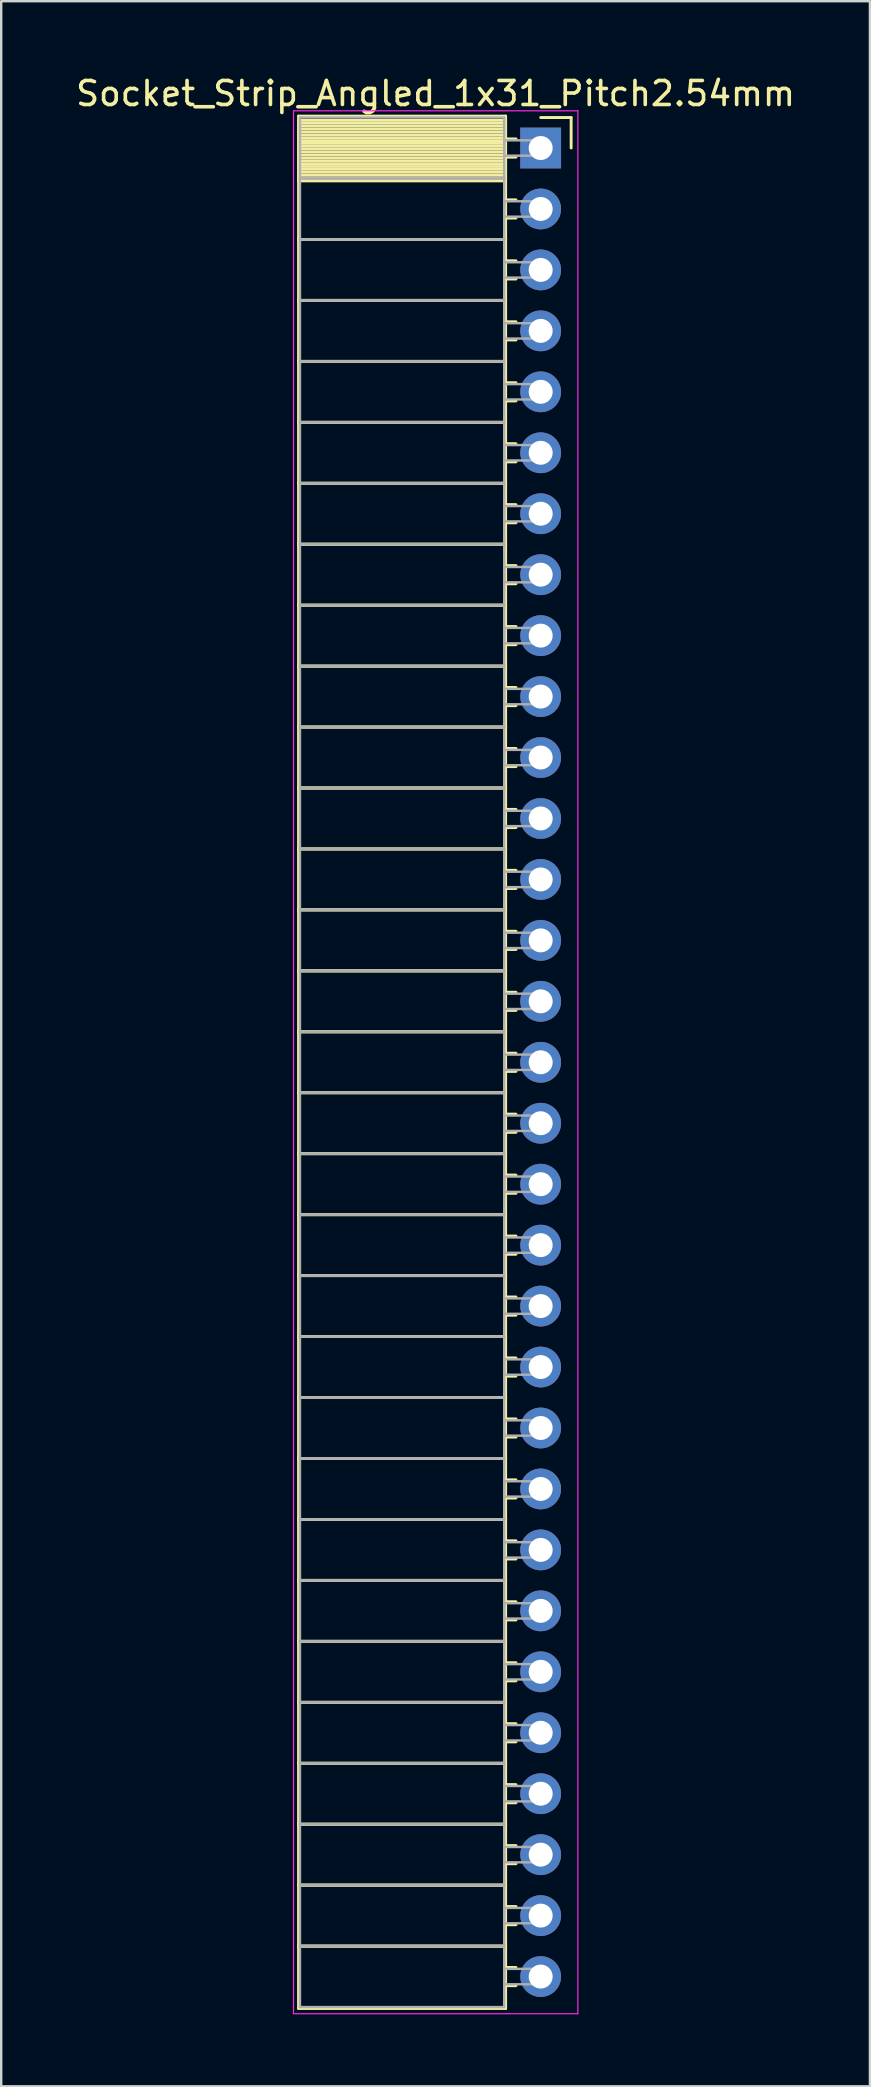
<source format=kicad_pcb>
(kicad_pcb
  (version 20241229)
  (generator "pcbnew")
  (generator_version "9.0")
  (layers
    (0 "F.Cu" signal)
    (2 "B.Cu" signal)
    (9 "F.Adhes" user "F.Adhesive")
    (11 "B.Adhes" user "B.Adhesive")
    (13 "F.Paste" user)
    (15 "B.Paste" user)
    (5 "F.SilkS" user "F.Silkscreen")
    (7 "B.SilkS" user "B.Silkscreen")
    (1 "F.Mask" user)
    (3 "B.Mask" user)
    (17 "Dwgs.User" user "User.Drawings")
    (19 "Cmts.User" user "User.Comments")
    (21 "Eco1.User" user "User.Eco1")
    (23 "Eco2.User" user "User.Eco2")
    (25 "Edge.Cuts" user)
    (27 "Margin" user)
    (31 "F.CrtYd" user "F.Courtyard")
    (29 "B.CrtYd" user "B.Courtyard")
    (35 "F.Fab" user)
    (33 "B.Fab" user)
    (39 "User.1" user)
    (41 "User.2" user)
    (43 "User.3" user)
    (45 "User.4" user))
  (footprint "Socket_Strip_Angled_1x31_Pitch2.54mm"
    (layer "F.Cu")
    (at 19.481 3.118)
    (property "Reference" "Socket_Strip_Angled_1x31_Pitch2.54mm" (at -4.38 -2.27 0) (layer "F.SilkS") (effects (font (size 1 1) (thickness 0.15))))
    (attr through_hole)
    (fp_line (start -10.09 -1.33) (end -1.46 -1.33) (stroke (width 0.12) (type solid)) (layer "F.SilkS"))
    (fp_line (start -10.09 1.27) (end -10.09 -1.33) (stroke (width 0.12) (type solid)) (layer "F.SilkS"))
    (fp_line (start -10.09 1.27) (end -1.46 1.27) (stroke (width 0.12) (type solid)) (layer "F.SilkS"))
    (fp_line (start -10.09 3.81) (end -10.09 1.27) (stroke (width 0.12) (type solid)) (layer "F.SilkS"))
    (fp_line (start -10.09 3.81) (end -1.46 3.81) (stroke (width 0.12) (type solid)) (layer "F.SilkS"))
    (fp_line (start -10.09 6.35) (end -10.09 3.81) (stroke (width 0.12) (type solid)) (layer "F.SilkS"))
    (fp_line (start -10.09 6.35) (end -1.46 6.35) (stroke (width 0.12) (type solid)) (layer "F.SilkS"))
    (fp_line (start -10.09 8.89) (end -10.09 6.35) (stroke (width 0.12) (type solid)) (layer "F.SilkS"))
    (fp_line (start -10.09 8.89) (end -1.46 8.89) (stroke (width 0.12) (type solid)) (layer "F.SilkS"))
    (fp_line (start -10.09 11.43) (end -10.09 8.89) (stroke (width 0.12) (type solid)) (layer "F.SilkS"))
    (fp_line (start -10.09 11.43) (end -1.46 11.43) (stroke (width 0.12) (type solid)) (layer "F.SilkS"))
    (fp_line (start -10.09 13.97) (end -10.09 11.43) (stroke (width 0.12) (type solid)) (layer "F.SilkS"))
    (fp_line (start -10.09 13.97) (end -1.46 13.97) (stroke (width 0.12) (type solid)) (layer "F.SilkS"))
    (fp_line (start -10.09 16.51) (end -10.09 13.97) (stroke (width 0.12) (type solid)) (layer "F.SilkS"))
    (fp_line (start -10.09 16.51) (end -1.46 16.51) (stroke (width 0.12) (type solid)) (layer "F.SilkS"))
    (fp_line (start -10.09 19.05) (end -10.09 16.51) (stroke (width 0.12) (type solid)) (layer "F.SilkS"))
    (fp_line (start -10.09 19.05) (end -1.46 19.05) (stroke (width 0.12) (type solid)) (layer "F.SilkS"))
    (fp_line (start -10.09 21.59) (end -10.09 19.05) (stroke (width 0.12) (type solid)) (layer "F.SilkS"))
    (fp_line (start -10.09 21.59) (end -1.46 21.59) (stroke (width 0.12) (type solid)) (layer "F.SilkS"))
    (fp_line (start -10.09 24.13) (end -10.09 21.59) (stroke (width 0.12) (type solid)) (layer "F.SilkS"))
    (fp_line (start -10.09 24.13) (end -1.46 24.13) (stroke (width 0.12) (type solid)) (layer "F.SilkS"))
    (fp_line (start -10.09 26.67) (end -10.09 24.13) (stroke (width 0.12) (type solid)) (layer "F.SilkS"))
    (fp_line (start -10.09 26.67) (end -1.46 26.67) (stroke (width 0.12) (type solid)) (layer "F.SilkS"))
    (fp_line (start -10.09 29.21) (end -10.09 26.67) (stroke (width 0.12) (type solid)) (layer "F.SilkS"))
    (fp_line (start -10.09 29.21) (end -1.46 29.21) (stroke (width 0.12) (type solid)) (layer "F.SilkS"))
    (fp_line (start -10.09 31.75) (end -10.09 29.21) (stroke (width 0.12) (type solid)) (layer "F.SilkS"))
    (fp_line (start -10.09 31.75) (end -1.46 31.75) (stroke (width 0.12) (type solid)) (layer "F.SilkS"))
    (fp_line (start -10.09 34.29) (end -10.09 31.75) (stroke (width 0.12) (type solid)) (layer "F.SilkS"))
    (fp_line (start -10.09 34.29) (end -1.46 34.29) (stroke (width 0.12) (type solid)) (layer "F.SilkS"))
    (fp_line (start -10.09 36.83) (end -10.09 34.29) (stroke (width 0.12) (type solid)) (layer "F.SilkS"))
    (fp_line (start -10.09 36.83) (end -1.46 36.83) (stroke (width 0.12) (type solid)) (layer "F.SilkS"))
    (fp_line (start -10.09 39.37) (end -10.09 36.83) (stroke (width 0.12) (type solid)) (layer "F.SilkS"))
    (fp_line (start -10.09 39.37) (end -1.46 39.37) (stroke (width 0.12) (type solid)) (layer "F.SilkS"))
    (fp_line (start -10.09 41.91) (end -10.09 39.37) (stroke (width 0.12) (type solid)) (layer "F.SilkS"))
    (fp_line (start -10.09 41.91) (end -1.46 41.91) (stroke (width 0.12) (type solid)) (layer "F.SilkS"))
    (fp_line (start -10.09 44.45) (end -10.09 41.91) (stroke (width 0.12) (type solid)) (layer "F.SilkS"))
    (fp_line (start -10.09 44.45) (end -1.46 44.45) (stroke (width 0.12) (type solid)) (layer "F.SilkS"))
    (fp_line (start -10.09 46.99) (end -10.09 44.45) (stroke (width 0.12) (type solid)) (layer "F.SilkS"))
    (fp_line (start -10.09 46.99) (end -1.46 46.99) (stroke (width 0.12) (type solid)) (layer "F.SilkS"))
    (fp_line (start -10.09 49.53) (end -10.09 46.99) (stroke (width 0.12) (type solid)) (layer "F.SilkS"))
    (fp_line (start -10.09 49.53) (end -1.46 49.53) (stroke (width 0.12) (type solid)) (layer "F.SilkS"))
    (fp_line (start -10.09 52.07) (end -10.09 49.53) (stroke (width 0.12) (type solid)) (layer "F.SilkS"))
    (fp_line (start -10.09 52.07) (end -1.46 52.07) (stroke (width 0.12) (type solid)) (layer "F.SilkS"))
    (fp_line (start -10.09 54.61) (end -10.09 52.07) (stroke (width 0.12) (type solid)) (layer "F.SilkS"))
    (fp_line (start -10.09 54.61) (end -1.46 54.61) (stroke (width 0.12) (type solid)) (layer "F.SilkS"))
    (fp_line (start -10.09 57.15) (end -10.09 54.61) (stroke (width 0.12) (type solid)) (layer "F.SilkS"))
    (fp_line (start -10.09 57.15) (end -1.46 57.15) (stroke (width 0.12) (type solid)) (layer "F.SilkS"))
    (fp_line (start -10.09 59.69) (end -10.09 57.15) (stroke (width 0.12) (type solid)) (layer "F.SilkS"))
    (fp_line (start -10.09 59.69) (end -1.46 59.69) (stroke (width 0.12) (type solid)) (layer "F.SilkS"))
    (fp_line (start -10.09 62.23) (end -10.09 59.69) (stroke (width 0.12) (type solid)) (layer "F.SilkS"))
    (fp_line (start -10.09 62.23) (end -1.46 62.23) (stroke (width 0.12) (type solid)) (layer "F.SilkS"))
    (fp_line (start -10.09 64.77) (end -10.09 62.23) (stroke (width 0.12) (type solid)) (layer "F.SilkS"))
    (fp_line (start -10.09 64.77) (end -1.46 64.77) (stroke (width 0.12) (type solid)) (layer "F.SilkS"))
    (fp_line (start -10.09 67.31) (end -10.09 64.77) (stroke (width 0.12) (type solid)) (layer "F.SilkS"))
    (fp_line (start -10.09 67.31) (end -1.46 67.31) (stroke (width 0.12) (type solid)) (layer "F.SilkS"))
    (fp_line (start -10.09 69.85) (end -10.09 67.31) (stroke (width 0.12) (type solid)) (layer "F.SilkS"))
    (fp_line (start -10.09 69.85) (end -1.46 69.85) (stroke (width 0.12) (type solid)) (layer "F.SilkS"))
    (fp_line (start -10.09 72.39) (end -10.09 69.85) (stroke (width 0.12) (type solid)) (layer "F.SilkS"))
    (fp_line (start -10.09 72.39) (end -1.46 72.39) (stroke (width 0.12) (type solid)) (layer "F.SilkS"))
    (fp_line (start -10.09 74.93) (end -10.09 72.39) (stroke (width 0.12) (type solid)) (layer "F.SilkS"))
    (fp_line (start -10.09 74.93) (end -1.46 74.93) (stroke (width 0.12) (type solid)) (layer "F.SilkS"))
    (fp_line (start -10.09 77.53) (end -10.09 74.93) (stroke (width 0.12) (type solid)) (layer "F.SilkS"))
    (fp_line (start -1.46 -1.33) (end -1.46 1.27) (stroke (width 0.12) (type solid)) (layer "F.SilkS"))
    (fp_line (start -1.46 -1.15) (end -10.09 -1.15) (stroke (width 0.12) (type solid)) (layer "F.SilkS"))
    (fp_line (start -1.46 -1.03) (end -10.09 -1.03) (stroke (width 0.12) (type solid)) (layer "F.SilkS"))
    (fp_line (start -1.46 -0.91) (end -10.09 -0.91) (stroke (width 0.12) (type solid)) (layer "F.SilkS"))
    (fp_line (start -1.46 -0.79) (end -10.09 -0.79) (stroke (width 0.12) (type solid)) (layer "F.SilkS"))
    (fp_line (start -1.46 -0.67) (end -10.09 -0.67) (stroke (width 0.12) (type solid)) (layer "F.SilkS"))
    (fp_line (start -1.46 -0.55) (end -10.09 -0.55) (stroke (width 0.12) (type solid)) (layer "F.SilkS"))
    (fp_line (start -1.46 -0.43) (end -10.09 -0.43) (stroke (width 0.12) (type solid)) (layer "F.SilkS"))
    (fp_line (start -1.46 -0.31) (end -10.09 -0.31) (stroke (width 0.12) (type solid)) (layer "F.SilkS"))
    (fp_line (start -1.46 -0.19) (end -10.09 -0.19) (stroke (width 0.12) (type solid)) (layer "F.SilkS"))
    (fp_line (start -1.46 -0.07) (end -10.09 -0.07) (stroke (width 0.12) (type solid)) (layer "F.SilkS"))
    (fp_line (start -1.46 0.05) (end -10.09 0.05) (stroke (width 0.12) (type solid)) (layer "F.SilkS"))
    (fp_line (start -1.46 0.17) (end -10.09 0.17) (stroke (width 0.12) (type solid)) (layer "F.SilkS"))
    (fp_line (start -1.46 0.29) (end -10.09 0.29) (stroke (width 0.12) (type solid)) (layer "F.SilkS"))
    (fp_line (start -1.46 0.41) (end -10.09 0.41) (stroke (width 0.12) (type solid)) (layer "F.SilkS"))
    (fp_line (start -1.46 0.53) (end -10.09 0.53) (stroke (width 0.12) (type solid)) (layer "F.SilkS"))
    (fp_line (start -1.46 0.65) (end -10.09 0.65) (stroke (width 0.12) (type solid)) (layer "F.SilkS"))
    (fp_line (start -1.46 0.77) (end -10.09 0.77) (stroke (width 0.12) (type solid)) (layer "F.SilkS"))
    (fp_line (start -1.46 0.89) (end -10.09 0.89) (stroke (width 0.12) (type solid)) (layer "F.SilkS"))
    (fp_line (start -1.46 1.01) (end -10.09 1.01) (stroke (width 0.12) (type solid)) (layer "F.SilkS"))
    (fp_line (start -1.46 1.13) (end -10.09 1.13) (stroke (width 0.12) (type solid)) (layer "F.SilkS"))
    (fp_line (start -1.46 1.25) (end -10.09 1.25) (stroke (width 0.12) (type solid)) (layer "F.SilkS"))
    (fp_line (start -1.46 1.27) (end -10.09 1.27) (stroke (width 0.12) (type solid)) (layer "F.SilkS"))
    (fp_line (start -1.46 1.27) (end -1.46 3.81) (stroke (width 0.12) (type solid)) (layer "F.SilkS"))
    (fp_line (start -1.46 1.37) (end -10.09 1.37) (stroke (width 0.12) (type solid)) (layer "F.SilkS"))
    (fp_line (start -1.46 3.81) (end -10.09 3.81) (stroke (width 0.12) (type solid)) (layer "F.SilkS"))
    (fp_line (start -1.46 3.81) (end -1.46 6.35) (stroke (width 0.12) (type solid)) (layer "F.SilkS"))
    (fp_line (start -1.46 6.35) (end -10.09 6.35) (stroke (width 0.12) (type solid)) (layer "F.SilkS"))
    (fp_line (start -1.46 6.35) (end -1.46 8.89) (stroke (width 0.12) (type solid)) (layer "F.SilkS"))
    (fp_line (start -1.46 8.89) (end -10.09 8.89) (stroke (width 0.12) (type solid)) (layer "F.SilkS"))
    (fp_line (start -1.46 8.89) (end -1.46 11.43) (stroke (width 0.12) (type solid)) (layer "F.SilkS"))
    (fp_line (start -1.46 11.43) (end -10.09 11.43) (stroke (width 0.12) (type solid)) (layer "F.SilkS"))
    (fp_line (start -1.46 11.43) (end -1.46 13.97) (stroke (width 0.12) (type solid)) (layer "F.SilkS"))
    (fp_line (start -1.46 13.97) (end -10.09 13.97) (stroke (width 0.12) (type solid)) (layer "F.SilkS"))
    (fp_line (start -1.46 13.97) (end -1.46 16.51) (stroke (width 0.12) (type solid)) (layer "F.SilkS"))
    (fp_line (start -1.46 16.51) (end -10.09 16.51) (stroke (width 0.12) (type solid)) (layer "F.SilkS"))
    (fp_line (start -1.46 16.51) (end -1.46 19.05) (stroke (width 0.12) (type solid)) (layer "F.SilkS"))
    (fp_line (start -1.46 19.05) (end -10.09 19.05) (stroke (width 0.12) (type solid)) (layer "F.SilkS"))
    (fp_line (start -1.46 19.05) (end -1.46 21.59) (stroke (width 0.12) (type solid)) (layer "F.SilkS"))
    (fp_line (start -1.46 21.59) (end -10.09 21.59) (stroke (width 0.12) (type solid)) (layer "F.SilkS"))
    (fp_line (start -1.46 21.59) (end -1.46 24.13) (stroke (width 0.12) (type solid)) (layer "F.SilkS"))
    (fp_line (start -1.46 24.13) (end -10.09 24.13) (stroke (width 0.12) (type solid)) (layer "F.SilkS"))
    (fp_line (start -1.46 24.13) (end -1.46 26.67) (stroke (width 0.12) (type solid)) (layer "F.SilkS"))
    (fp_line (start -1.46 26.67) (end -10.09 26.67) (stroke (width 0.12) (type solid)) (layer "F.SilkS"))
    (fp_line (start -1.46 26.67) (end -1.46 29.21) (stroke (width 0.12) (type solid)) (layer "F.SilkS"))
    (fp_line (start -1.46 29.21) (end -10.09 29.21) (stroke (width 0.12) (type solid)) (layer "F.SilkS"))
    (fp_line (start -1.46 29.21) (end -1.46 31.75) (stroke (width 0.12) (type solid)) (layer "F.SilkS"))
    (fp_line (start -1.46 31.75) (end -10.09 31.75) (stroke (width 0.12) (type solid)) (layer "F.SilkS"))
    (fp_line (start -1.46 31.75) (end -1.46 34.29) (stroke (width 0.12) (type solid)) (layer "F.SilkS"))
    (fp_line (start -1.46 34.29) (end -10.09 34.29) (stroke (width 0.12) (type solid)) (layer "F.SilkS"))
    (fp_line (start -1.46 34.29) (end -1.46 36.83) (stroke (width 0.12) (type solid)) (layer "F.SilkS"))
    (fp_line (start -1.46 36.83) (end -10.09 36.83) (stroke (width 0.12) (type solid)) (layer "F.SilkS"))
    (fp_line (start -1.46 36.83) (end -1.46 39.37) (stroke (width 0.12) (type solid)) (layer "F.SilkS"))
    (fp_line (start -1.46 39.37) (end -10.09 39.37) (stroke (width 0.12) (type solid)) (layer "F.SilkS"))
    (fp_line (start -1.46 39.37) (end -1.46 41.91) (stroke (width 0.12) (type solid)) (layer "F.SilkS"))
    (fp_line (start -1.46 41.91) (end -10.09 41.91) (stroke (width 0.12) (type solid)) (layer "F.SilkS"))
    (fp_line (start -1.46 41.91) (end -1.46 44.45) (stroke (width 0.12) (type solid)) (layer "F.SilkS"))
    (fp_line (start -1.46 44.45) (end -10.09 44.45) (stroke (width 0.12) (type solid)) (layer "F.SilkS"))
    (fp_line (start -1.46 44.45) (end -1.46 46.99) (stroke (width 0.12) (type solid)) (layer "F.SilkS"))
    (fp_line (start -1.46 46.99) (end -10.09 46.99) (stroke (width 0.12) (type solid)) (layer "F.SilkS"))
    (fp_line (start -1.46 46.99) (end -1.46 49.53) (stroke (width 0.12) (type solid)) (layer "F.SilkS"))
    (fp_line (start -1.46 49.53) (end -10.09 49.53) (stroke (width 0.12) (type solid)) (layer "F.SilkS"))
    (fp_line (start -1.46 49.53) (end -1.46 52.07) (stroke (width 0.12) (type solid)) (layer "F.SilkS"))
    (fp_line (start -1.46 52.07) (end -10.09 52.07) (stroke (width 0.12) (type solid)) (layer "F.SilkS"))
    (fp_line (start -1.46 52.07) (end -1.46 54.61) (stroke (width 0.12) (type solid)) (layer "F.SilkS"))
    (fp_line (start -1.46 54.61) (end -10.09 54.61) (stroke (width 0.12) (type solid)) (layer "F.SilkS"))
    (fp_line (start -1.46 54.61) (end -1.46 57.15) (stroke (width 0.12) (type solid)) (layer "F.SilkS"))
    (fp_line (start -1.46 57.15) (end -10.09 57.15) (stroke (width 0.12) (type solid)) (layer "F.SilkS"))
    (fp_line (start -1.46 57.15) (end -1.46 59.69) (stroke (width 0.12) (type solid)) (layer "F.SilkS"))
    (fp_line (start -1.46 59.69) (end -10.09 59.69) (stroke (width 0.12) (type solid)) (layer "F.SilkS"))
    (fp_line (start -1.46 59.69) (end -1.46 62.23) (stroke (width 0.12) (type solid)) (layer "F.SilkS"))
    (fp_line (start -1.46 62.23) (end -10.09 62.23) (stroke (width 0.12) (type solid)) (layer "F.SilkS"))
    (fp_line (start -1.46 62.23) (end -1.46 64.77) (stroke (width 0.12) (type solid)) (layer "F.SilkS"))
    (fp_line (start -1.46 64.77) (end -10.09 64.77) (stroke (width 0.12) (type solid)) (layer "F.SilkS"))
    (fp_line (start -1.46 64.77) (end -1.46 67.31) (stroke (width 0.12) (type solid)) (layer "F.SilkS"))
    (fp_line (start -1.46 67.31) (end -10.09 67.31) (stroke (width 0.12) (type solid)) (layer "F.SilkS"))
    (fp_line (start -1.46 67.31) (end -1.46 69.85) (stroke (width 0.12) (type solid)) (layer "F.SilkS"))
    (fp_line (start -1.46 69.85) (end -10.09 69.85) (stroke (width 0.12) (type solid)) (layer "F.SilkS"))
    (fp_line (start -1.46 69.85) (end -1.46 72.39) (stroke (width 0.12) (type solid)) (layer "F.SilkS"))
    (fp_line (start -1.46 72.39) (end -10.09 72.39) (stroke (width 0.12) (type solid)) (layer "F.SilkS"))
    (fp_line (start -1.46 72.39) (end -1.46 74.93) (stroke (width 0.12) (type solid)) (layer "F.SilkS"))
    (fp_line (start -1.46 74.93) (end -10.09 74.93) (stroke (width 0.12) (type solid)) (layer "F.SilkS"))
    (fp_line (start -1.46 74.93) (end -1.46 77.53) (stroke (width 0.12) (type solid)) (layer "F.SilkS"))
    (fp_line (start -1.46 77.53) (end -10.09 77.53) (stroke (width 0.12) (type solid)) (layer "F.SilkS"))
    (fp_line (start -1.03 -0.38) (end -1.46 -0.38) (stroke (width 0.12) (type solid)) (layer "F.SilkS"))
    (fp_line (start -1.03 0.38) (end -1.46 0.38) (stroke (width 0.12) (type solid)) (layer "F.SilkS"))
    (fp_line (start -1.03 2.16) (end -1.46 2.16) (stroke (width 0.12) (type solid)) (layer "F.SilkS"))
    (fp_line (start -1.03 2.92) (end -1.46 2.92) (stroke (width 0.12) (type solid)) (layer "F.SilkS"))
    (fp_line (start -1.03 4.7) (end -1.46 4.7) (stroke (width 0.12) (type solid)) (layer "F.SilkS"))
    (fp_line (start -1.03 5.46) (end -1.46 5.46) (stroke (width 0.12) (type solid)) (layer "F.SilkS"))
    (fp_line (start -1.03 7.24) (end -1.46 7.24) (stroke (width 0.12) (type solid)) (layer "F.SilkS"))
    (fp_line (start -1.03 8) (end -1.46 8) (stroke (width 0.12) (type solid)) (layer "F.SilkS"))
    (fp_line (start -1.03 9.78) (end -1.46 9.78) (stroke (width 0.12) (type solid)) (layer "F.SilkS"))
    (fp_line (start -1.03 10.54) (end -1.46 10.54) (stroke (width 0.12) (type solid)) (layer "F.SilkS"))
    (fp_line (start -1.03 12.32) (end -1.46 12.32) (stroke (width 0.12) (type solid)) (layer "F.SilkS"))
    (fp_line (start -1.03 13.08) (end -1.46 13.08) (stroke (width 0.12) (type solid)) (layer "F.SilkS"))
    (fp_line (start -1.03 14.86) (end -1.46 14.86) (stroke (width 0.12) (type solid)) (layer "F.SilkS"))
    (fp_line (start -1.03 15.62) (end -1.46 15.62) (stroke (width 0.12) (type solid)) (layer "F.SilkS"))
    (fp_line (start -1.03 17.4) (end -1.46 17.4) (stroke (width 0.12) (type solid)) (layer "F.SilkS"))
    (fp_line (start -1.03 18.16) (end -1.46 18.16) (stroke (width 0.12) (type solid)) (layer "F.SilkS"))
    (fp_line (start -1.03 19.94) (end -1.46 19.94) (stroke (width 0.12) (type solid)) (layer "F.SilkS"))
    (fp_line (start -1.03 20.7) (end -1.46 20.7) (stroke (width 0.12) (type solid)) (layer "F.SilkS"))
    (fp_line (start -1.03 22.48) (end -1.46 22.48) (stroke (width 0.12) (type solid)) (layer "F.SilkS"))
    (fp_line (start -1.03 23.24) (end -1.46 23.24) (stroke (width 0.12) (type solid)) (layer "F.SilkS"))
    (fp_line (start -1.03 25.02) (end -1.46 25.02) (stroke (width 0.12) (type solid)) (layer "F.SilkS"))
    (fp_line (start -1.03 25.78) (end -1.46 25.78) (stroke (width 0.12) (type solid)) (layer "F.SilkS"))
    (fp_line (start -1.03 27.56) (end -1.46 27.56) (stroke (width 0.12) (type solid)) (layer "F.SilkS"))
    (fp_line (start -1.03 28.32) (end -1.46 28.32) (stroke (width 0.12) (type solid)) (layer "F.SilkS"))
    (fp_line (start -1.03 30.1) (end -1.46 30.1) (stroke (width 0.12) (type solid)) (layer "F.SilkS"))
    (fp_line (start -1.03 30.86) (end -1.46 30.86) (stroke (width 0.12) (type solid)) (layer "F.SilkS"))
    (fp_line (start -1.03 32.64) (end -1.46 32.64) (stroke (width 0.12) (type solid)) (layer "F.SilkS"))
    (fp_line (start -1.03 33.4) (end -1.46 33.4) (stroke (width 0.12) (type solid)) (layer "F.SilkS"))
    (fp_line (start -1.03 35.18) (end -1.46 35.18) (stroke (width 0.12) (type solid)) (layer "F.SilkS"))
    (fp_line (start -1.03 35.94) (end -1.46 35.94) (stroke (width 0.12) (type solid)) (layer "F.SilkS"))
    (fp_line (start -1.03 37.72) (end -1.46 37.72) (stroke (width 0.12) (type solid)) (layer "F.SilkS"))
    (fp_line (start -1.03 38.48) (end -1.46 38.48) (stroke (width 0.12) (type solid)) (layer "F.SilkS"))
    (fp_line (start -1.03 40.26) (end -1.46 40.26) (stroke (width 0.12) (type solid)) (layer "F.SilkS"))
    (fp_line (start -1.03 41.02) (end -1.46 41.02) (stroke (width 0.12) (type solid)) (layer "F.SilkS"))
    (fp_line (start -1.03 42.8) (end -1.46 42.8) (stroke (width 0.12) (type solid)) (layer "F.SilkS"))
    (fp_line (start -1.03 43.56) (end -1.46 43.56) (stroke (width 0.12) (type solid)) (layer "F.SilkS"))
    (fp_line (start -1.03 45.34) (end -1.46 45.34) (stroke (width 0.12) (type solid)) (layer "F.SilkS"))
    (fp_line (start -1.03 46.1) (end -1.46 46.1) (stroke (width 0.12) (type solid)) (layer "F.SilkS"))
    (fp_line (start -1.03 47.88) (end -1.46 47.88) (stroke (width 0.12) (type solid)) (layer "F.SilkS"))
    (fp_line (start -1.03 48.64) (end -1.46 48.64) (stroke (width 0.12) (type solid)) (layer "F.SilkS"))
    (fp_line (start -1.03 50.42) (end -1.46 50.42) (stroke (width 0.12) (type solid)) (layer "F.SilkS"))
    (fp_line (start -1.03 51.18) (end -1.46 51.18) (stroke (width 0.12) (type solid)) (layer "F.SilkS"))
    (fp_line (start -1.03 52.96) (end -1.46 52.96) (stroke (width 0.12) (type solid)) (layer "F.SilkS"))
    (fp_line (start -1.03 53.72) (end -1.46 53.72) (stroke (width 0.12) (type solid)) (layer "F.SilkS"))
    (fp_line (start -1.03 55.5) (end -1.46 55.5) (stroke (width 0.12) (type solid)) (layer "F.SilkS"))
    (fp_line (start -1.03 56.26) (end -1.46 56.26) (stroke (width 0.12) (type solid)) (layer "F.SilkS"))
    (fp_line (start -1.03 58.04) (end -1.46 58.04) (stroke (width 0.12) (type solid)) (layer "F.SilkS"))
    (fp_line (start -1.03 58.8) (end -1.46 58.8) (stroke (width 0.12) (type solid)) (layer "F.SilkS"))
    (fp_line (start -1.03 60.58) (end -1.46 60.58) (stroke (width 0.12) (type solid)) (layer "F.SilkS"))
    (fp_line (start -1.03 61.34) (end -1.46 61.34) (stroke (width 0.12) (type solid)) (layer "F.SilkS"))
    (fp_line (start -1.03 63.12) (end -1.46 63.12) (stroke (width 0.12) (type solid)) (layer "F.SilkS"))
    (fp_line (start -1.03 63.88) (end -1.46 63.88) (stroke (width 0.12) (type solid)) (layer "F.SilkS"))
    (fp_line (start -1.03 65.66) (end -1.46 65.66) (stroke (width 0.12) (type solid)) (layer "F.SilkS"))
    (fp_line (start -1.03 66.42) (end -1.46 66.42) (stroke (width 0.12) (type solid)) (layer "F.SilkS"))
    (fp_line (start -1.03 68.2) (end -1.46 68.2) (stroke (width 0.12) (type solid)) (layer "F.SilkS"))
    (fp_line (start -1.03 68.96) (end -1.46 68.96) (stroke (width 0.12) (type solid)) (layer "F.SilkS"))
    (fp_line (start -1.03 70.74) (end -1.46 70.74) (stroke (width 0.12) (type solid)) (layer "F.SilkS"))
    (fp_line (start -1.03 71.5) (end -1.46 71.5) (stroke (width 0.12) (type solid)) (layer "F.SilkS"))
    (fp_line (start -1.03 73.28) (end -1.46 73.28) (stroke (width 0.12) (type solid)) (layer "F.SilkS"))
    (fp_line (start -1.03 74.04) (end -1.46 74.04) (stroke (width 0.12) (type solid)) (layer "F.SilkS"))
    (fp_line (start -1.03 75.82) (end -1.46 75.82) (stroke (width 0.12) (type solid)) (layer "F.SilkS"))
    (fp_line (start -1.03 76.58) (end -1.46 76.58) (stroke (width 0.12) (type solid)) (layer "F.SilkS"))
    (fp_line (start 0 -1.27) (end 1.27 -1.27) (stroke (width 0.12) (type solid)) (layer "F.SilkS"))
    (fp_line (start 1.27 -1.27) (end 1.27 0) (stroke (width 0.12) (type solid)) (layer "F.SilkS"))
    (fp_line (start -10.3 -1.55) (end 1.55 -1.55) (stroke (width 0.05) (type solid)) (layer "F.CrtYd"))
    (fp_line (start -10.3 77.75) (end -10.3 -1.55) (stroke (width 0.05) (type solid)) (layer "F.CrtYd"))
    (fp_line (start 1.55 -1.55) (end 1.55 77.75) (stroke (width 0.05) (type solid)) (layer "F.CrtYd"))
    (fp_line (start 1.55 77.75) (end -10.3 77.75) (stroke (width 0.05) (type solid)) (layer "F.CrtYd"))
    (fp_line (start -10.03 -1.27) (end -1.52 -1.27) (stroke (width 0.1) (type solid)) (layer "F.Fab"))
    (fp_line (start -10.03 1.27) (end -10.03 -1.27) (stroke (width 0.1) (type solid)) (layer "F.Fab"))
    (fp_line (start -10.03 1.27) (end -1.52 1.27) (stroke (width 0.1) (type solid)) (layer "F.Fab"))
    (fp_line (start -10.03 3.81) (end -10.03 1.27) (stroke (width 0.1) (type solid)) (layer "F.Fab"))
    (fp_line (start -10.03 3.81) (end -1.52 3.81) (stroke (width 0.1) (type solid)) (layer "F.Fab"))
    (fp_line (start -10.03 6.35) (end -10.03 3.81) (stroke (width 0.1) (type solid)) (layer "F.Fab"))
    (fp_line (start -10.03 6.35) (end -1.52 6.35) (stroke (width 0.1) (type solid)) (layer "F.Fab"))
    (fp_line (start -10.03 8.89) (end -10.03 6.35) (stroke (width 0.1) (type solid)) (layer "F.Fab"))
    (fp_line (start -10.03 8.89) (end -1.52 8.89) (stroke (width 0.1) (type solid)) (layer "F.Fab"))
    (fp_line (start -10.03 11.43) (end -10.03 8.89) (stroke (width 0.1) (type solid)) (layer "F.Fab"))
    (fp_line (start -10.03 11.43) (end -1.52 11.43) (stroke (width 0.1) (type solid)) (layer "F.Fab"))
    (fp_line (start -10.03 13.97) (end -10.03 11.43) (stroke (width 0.1) (type solid)) (layer "F.Fab"))
    (fp_line (start -10.03 13.97) (end -1.52 13.97) (stroke (width 0.1) (type solid)) (layer "F.Fab"))
    (fp_line (start -10.03 16.51) (end -10.03 13.97) (stroke (width 0.1) (type solid)) (layer "F.Fab"))
    (fp_line (start -10.03 16.51) (end -1.52 16.51) (stroke (width 0.1) (type solid)) (layer "F.Fab"))
    (fp_line (start -10.03 19.05) (end -10.03 16.51) (stroke (width 0.1) (type solid)) (layer "F.Fab"))
    (fp_line (start -10.03 19.05) (end -1.52 19.05) (stroke (width 0.1) (type solid)) (layer "F.Fab"))
    (fp_line (start -10.03 21.59) (end -10.03 19.05) (stroke (width 0.1) (type solid)) (layer "F.Fab"))
    (fp_line (start -10.03 21.59) (end -1.52 21.59) (stroke (width 0.1) (type solid)) (layer "F.Fab"))
    (fp_line (start -10.03 24.13) (end -10.03 21.59) (stroke (width 0.1) (type solid)) (layer "F.Fab"))
    (fp_line (start -10.03 24.13) (end -1.52 24.13) (stroke (width 0.1) (type solid)) (layer "F.Fab"))
    (fp_line (start -10.03 26.67) (end -10.03 24.13) (stroke (width 0.1) (type solid)) (layer "F.Fab"))
    (fp_line (start -10.03 26.67) (end -1.52 26.67) (stroke (width 0.1) (type solid)) (layer "F.Fab"))
    (fp_line (start -10.03 29.21) (end -10.03 26.67) (stroke (width 0.1) (type solid)) (layer "F.Fab"))
    (fp_line (start -10.03 29.21) (end -1.52 29.21) (stroke (width 0.1) (type solid)) (layer "F.Fab"))
    (fp_line (start -10.03 31.75) (end -10.03 29.21) (stroke (width 0.1) (type solid)) (layer "F.Fab"))
    (fp_line (start -10.03 31.75) (end -1.52 31.75) (stroke (width 0.1) (type solid)) (layer "F.Fab"))
    (fp_line (start -10.03 34.29) (end -10.03 31.75) (stroke (width 0.1) (type solid)) (layer "F.Fab"))
    (fp_line (start -10.03 34.29) (end -1.52 34.29) (stroke (width 0.1) (type solid)) (layer "F.Fab"))
    (fp_line (start -10.03 36.83) (end -10.03 34.29) (stroke (width 0.1) (type solid)) (layer "F.Fab"))
    (fp_line (start -10.03 36.83) (end -1.52 36.83) (stroke (width 0.1) (type solid)) (layer "F.Fab"))
    (fp_line (start -10.03 39.37) (end -10.03 36.83) (stroke (width 0.1) (type solid)) (layer "F.Fab"))
    (fp_line (start -10.03 39.37) (end -1.52 39.37) (stroke (width 0.1) (type solid)) (layer "F.Fab"))
    (fp_line (start -10.03 41.91) (end -10.03 39.37) (stroke (width 0.1) (type solid)) (layer "F.Fab"))
    (fp_line (start -10.03 41.91) (end -1.52 41.91) (stroke (width 0.1) (type solid)) (layer "F.Fab"))
    (fp_line (start -10.03 44.45) (end -10.03 41.91) (stroke (width 0.1) (type solid)) (layer "F.Fab"))
    (fp_line (start -10.03 44.45) (end -1.52 44.45) (stroke (width 0.1) (type solid)) (layer "F.Fab"))
    (fp_line (start -10.03 46.99) (end -10.03 44.45) (stroke (width 0.1) (type solid)) (layer "F.Fab"))
    (fp_line (start -10.03 46.99) (end -1.52 46.99) (stroke (width 0.1) (type solid)) (layer "F.Fab"))
    (fp_line (start -10.03 49.53) (end -10.03 46.99) (stroke (width 0.1) (type solid)) (layer "F.Fab"))
    (fp_line (start -10.03 49.53) (end -1.52 49.53) (stroke (width 0.1) (type solid)) (layer "F.Fab"))
    (fp_line (start -10.03 52.07) (end -10.03 49.53) (stroke (width 0.1) (type solid)) (layer "F.Fab"))
    (fp_line (start -10.03 52.07) (end -1.52 52.07) (stroke (width 0.1) (type solid)) (layer "F.Fab"))
    (fp_line (start -10.03 54.61) (end -10.03 52.07) (stroke (width 0.1) (type solid)) (layer "F.Fab"))
    (fp_line (start -10.03 54.61) (end -1.52 54.61) (stroke (width 0.1) (type solid)) (layer "F.Fab"))
    (fp_line (start -10.03 57.15) (end -10.03 54.61) (stroke (width 0.1) (type solid)) (layer "F.Fab"))
    (fp_line (start -10.03 57.15) (end -1.52 57.15) (stroke (width 0.1) (type solid)) (layer "F.Fab"))
    (fp_line (start -10.03 59.69) (end -10.03 57.15) (stroke (width 0.1) (type solid)) (layer "F.Fab"))
    (fp_line (start -10.03 59.69) (end -1.52 59.69) (stroke (width 0.1) (type solid)) (layer "F.Fab"))
    (fp_line (start -10.03 62.23) (end -10.03 59.69) (stroke (width 0.1) (type solid)) (layer "F.Fab"))
    (fp_line (start -10.03 62.23) (end -1.52 62.23) (stroke (width 0.1) (type solid)) (layer "F.Fab"))
    (fp_line (start -10.03 64.77) (end -10.03 62.23) (stroke (width 0.1) (type solid)) (layer "F.Fab"))
    (fp_line (start -10.03 64.77) (end -1.52 64.77) (stroke (width 0.1) (type solid)) (layer "F.Fab"))
    (fp_line (start -10.03 67.31) (end -10.03 64.77) (stroke (width 0.1) (type solid)) (layer "F.Fab"))
    (fp_line (start -10.03 67.31) (end -1.52 67.31) (stroke (width 0.1) (type solid)) (layer "F.Fab"))
    (fp_line (start -10.03 69.85) (end -10.03 67.31) (stroke (width 0.1) (type solid)) (layer "F.Fab"))
    (fp_line (start -10.03 69.85) (end -1.52 69.85) (stroke (width 0.1) (type solid)) (layer "F.Fab"))
    (fp_line (start -10.03 72.39) (end -10.03 69.85) (stroke (width 0.1) (type solid)) (layer "F.Fab"))
    (fp_line (start -10.03 72.39) (end -1.52 72.39) (stroke (width 0.1) (type solid)) (layer "F.Fab"))
    (fp_line (start -10.03 74.93) (end -10.03 72.39) (stroke (width 0.1) (type solid)) (layer "F.Fab"))
    (fp_line (start -10.03 74.93) (end -1.52 74.93) (stroke (width 0.1) (type solid)) (layer "F.Fab"))
    (fp_line (start -10.03 77.47) (end -10.03 74.93) (stroke (width 0.1) (type solid)) (layer "F.Fab"))
    (fp_line (start -1.52 -1.27) (end -1.52 1.27) (stroke (width 0.1) (type solid)) (layer "F.Fab"))
    (fp_line (start -1.52 -0.32) (end 0 -0.32) (stroke (width 0.1) (type solid)) (layer "F.Fab"))
    (fp_line (start -1.52 0.32) (end -1.52 -0.32) (stroke (width 0.1) (type solid)) (layer "F.Fab"))
    (fp_line (start -1.52 1.27) (end -10.03 1.27) (stroke (width 0.1) (type solid)) (layer "F.Fab"))
    (fp_line (start -1.52 1.27) (end -1.52 3.81) (stroke (width 0.1) (type solid)) (layer "F.Fab"))
    (fp_line (start -1.52 2.22) (end 0 2.22) (stroke (width 0.1) (type solid)) (layer "F.Fab"))
    (fp_line (start -1.52 2.86) (end -1.52 2.22) (stroke (width 0.1) (type solid)) (layer "F.Fab"))
    (fp_line (start -1.52 3.81) (end -10.03 3.81) (stroke (width 0.1) (type solid)) (layer "F.Fab"))
    (fp_line (start -1.52 3.81) (end -1.52 6.35) (stroke (width 0.1) (type solid)) (layer "F.Fab"))
    (fp_line (start -1.52 4.76) (end 0 4.76) (stroke (width 0.1) (type solid)) (layer "F.Fab"))
    (fp_line (start -1.52 5.4) (end -1.52 4.76) (stroke (width 0.1) (type solid)) (layer "F.Fab"))
    (fp_line (start -1.52 6.35) (end -10.03 6.35) (stroke (width 0.1) (type solid)) (layer "F.Fab"))
    (fp_line (start -1.52 6.35) (end -1.52 8.89) (stroke (width 0.1) (type solid)) (layer "F.Fab"))
    (fp_line (start -1.52 7.3) (end 0 7.3) (stroke (width 0.1) (type solid)) (layer "F.Fab"))
    (fp_line (start -1.52 7.94) (end -1.52 7.3) (stroke (width 0.1) (type solid)) (layer "F.Fab"))
    (fp_line (start -1.52 8.89) (end -10.03 8.89) (stroke (width 0.1) (type solid)) (layer "F.Fab"))
    (fp_line (start -1.52 8.89) (end -1.52 11.43) (stroke (width 0.1) (type solid)) (layer "F.Fab"))
    (fp_line (start -1.52 9.84) (end 0 9.84) (stroke (width 0.1) (type solid)) (layer "F.Fab"))
    (fp_line (start -1.52 10.48) (end -1.52 9.84) (stroke (width 0.1) (type solid)) (layer "F.Fab"))
    (fp_line (start -1.52 11.43) (end -10.03 11.43) (stroke (width 0.1) (type solid)) (layer "F.Fab"))
    (fp_line (start -1.52 11.43) (end -1.52 13.97) (stroke (width 0.1) (type solid)) (layer "F.Fab"))
    (fp_line (start -1.52 12.38) (end 0 12.38) (stroke (width 0.1) (type solid)) (layer "F.Fab"))
    (fp_line (start -1.52 13.02) (end -1.52 12.38) (stroke (width 0.1) (type solid)) (layer "F.Fab"))
    (fp_line (start -1.52 13.97) (end -10.03 13.97) (stroke (width 0.1) (type solid)) (layer "F.Fab"))
    (fp_line (start -1.52 13.97) (end -1.52 16.51) (stroke (width 0.1) (type solid)) (layer "F.Fab"))
    (fp_line (start -1.52 14.92) (end 0 14.92) (stroke (width 0.1) (type solid)) (layer "F.Fab"))
    (fp_line (start -1.52 15.56) (end -1.52 14.92) (stroke (width 0.1) (type solid)) (layer "F.Fab"))
    (fp_line (start -1.52 16.51) (end -10.03 16.51) (stroke (width 0.1) (type solid)) (layer "F.Fab"))
    (fp_line (start -1.52 16.51) (end -1.52 19.05) (stroke (width 0.1) (type solid)) (layer "F.Fab"))
    (fp_line (start -1.52 17.46) (end 0 17.46) (stroke (width 0.1) (type solid)) (layer "F.Fab"))
    (fp_line (start -1.52 18.1) (end -1.52 17.46) (stroke (width 0.1) (type solid)) (layer "F.Fab"))
    (fp_line (start -1.52 19.05) (end -10.03 19.05) (stroke (width 0.1) (type solid)) (layer "F.Fab"))
    (fp_line (start -1.52 19.05) (end -1.52 21.59) (stroke (width 0.1) (type solid)) (layer "F.Fab"))
    (fp_line (start -1.52 20) (end 0 20) (stroke (width 0.1) (type solid)) (layer "F.Fab"))
    (fp_line (start -1.52 20.64) (end -1.52 20) (stroke (width 0.1) (type solid)) (layer "F.Fab"))
    (fp_line (start -1.52 21.59) (end -10.03 21.59) (stroke (width 0.1) (type solid)) (layer "F.Fab"))
    (fp_line (start -1.52 21.59) (end -1.52 24.13) (stroke (width 0.1) (type solid)) (layer "F.Fab"))
    (fp_line (start -1.52 22.54) (end 0 22.54) (stroke (width 0.1) (type solid)) (layer "F.Fab"))
    (fp_line (start -1.52 23.18) (end -1.52 22.54) (stroke (width 0.1) (type solid)) (layer "F.Fab"))
    (fp_line (start -1.52 24.13) (end -10.03 24.13) (stroke (width 0.1) (type solid)) (layer "F.Fab"))
    (fp_line (start -1.52 24.13) (end -1.52 26.67) (stroke (width 0.1) (type solid)) (layer "F.Fab"))
    (fp_line (start -1.52 25.08) (end 0 25.08) (stroke (width 0.1) (type solid)) (layer "F.Fab"))
    (fp_line (start -1.52 25.72) (end -1.52 25.08) (stroke (width 0.1) (type solid)) (layer "F.Fab"))
    (fp_line (start -1.52 26.67) (end -10.03 26.67) (stroke (width 0.1) (type solid)) (layer "F.Fab"))
    (fp_line (start -1.52 26.67) (end -1.52 29.21) (stroke (width 0.1) (type solid)) (layer "F.Fab"))
    (fp_line (start -1.52 27.62) (end 0 27.62) (stroke (width 0.1) (type solid)) (layer "F.Fab"))
    (fp_line (start -1.52 28.26) (end -1.52 27.62) (stroke (width 0.1) (type solid)) (layer "F.Fab"))
    (fp_line (start -1.52 29.21) (end -10.03 29.21) (stroke (width 0.1) (type solid)) (layer "F.Fab"))
    (fp_line (start -1.52 29.21) (end -1.52 31.75) (stroke (width 0.1) (type solid)) (layer "F.Fab"))
    (fp_line (start -1.52 30.16) (end 0 30.16) (stroke (width 0.1) (type solid)) (layer "F.Fab"))
    (fp_line (start -1.52 30.8) (end -1.52 30.16) (stroke (width 0.1) (type solid)) (layer "F.Fab"))
    (fp_line (start -1.52 31.75) (end -10.03 31.75) (stroke (width 0.1) (type solid)) (layer "F.Fab"))
    (fp_line (start -1.52 31.75) (end -1.52 34.29) (stroke (width 0.1) (type solid)) (layer "F.Fab"))
    (fp_line (start -1.52 32.7) (end 0 32.7) (stroke (width 0.1) (type solid)) (layer "F.Fab"))
    (fp_line (start -1.52 33.34) (end -1.52 32.7) (stroke (width 0.1) (type solid)) (layer "F.Fab"))
    (fp_line (start -1.52 34.29) (end -10.03 34.29) (stroke (width 0.1) (type solid)) (layer "F.Fab"))
    (fp_line (start -1.52 34.29) (end -1.52 36.83) (stroke (width 0.1) (type solid)) (layer "F.Fab"))
    (fp_line (start -1.52 35.24) (end 0 35.24) (stroke (width 0.1) (type solid)) (layer "F.Fab"))
    (fp_line (start -1.52 35.88) (end -1.52 35.24) (stroke (width 0.1) (type solid)) (layer "F.Fab"))
    (fp_line (start -1.52 36.83) (end -10.03 36.83) (stroke (width 0.1) (type solid)) (layer "F.Fab"))
    (fp_line (start -1.52 36.83) (end -1.52 39.37) (stroke (width 0.1) (type solid)) (layer "F.Fab"))
    (fp_line (start -1.52 37.78) (end 0 37.78) (stroke (width 0.1) (type solid)) (layer "F.Fab"))
    (fp_line (start -1.52 38.42) (end -1.52 37.78) (stroke (width 0.1) (type solid)) (layer "F.Fab"))
    (fp_line (start -1.52 39.37) (end -10.03 39.37) (stroke (width 0.1) (type solid)) (layer "F.Fab"))
    (fp_line (start -1.52 39.37) (end -1.52 41.91) (stroke (width 0.1) (type solid)) (layer "F.Fab"))
    (fp_line (start -1.52 40.32) (end 0 40.32) (stroke (width 0.1) (type solid)) (layer "F.Fab"))
    (fp_line (start -1.52 40.96) (end -1.52 40.32) (stroke (width 0.1) (type solid)) (layer "F.Fab"))
    (fp_line (start -1.52 41.91) (end -10.03 41.91) (stroke (width 0.1) (type solid)) (layer "F.Fab"))
    (fp_line (start -1.52 41.91) (end -1.52 44.45) (stroke (width 0.1) (type solid)) (layer "F.Fab"))
    (fp_line (start -1.52 42.86) (end 0 42.86) (stroke (width 0.1) (type solid)) (layer "F.Fab"))
    (fp_line (start -1.52 43.5) (end -1.52 42.86) (stroke (width 0.1) (type solid)) (layer "F.Fab"))
    (fp_line (start -1.52 44.45) (end -10.03 44.45) (stroke (width 0.1) (type solid)) (layer "F.Fab"))
    (fp_line (start -1.52 44.45) (end -1.52 46.99) (stroke (width 0.1) (type solid)) (layer "F.Fab"))
    (fp_line (start -1.52 45.4) (end 0 45.4) (stroke (width 0.1) (type solid)) (layer "F.Fab"))
    (fp_line (start -1.52 46.04) (end -1.52 45.4) (stroke (width 0.1) (type solid)) (layer "F.Fab"))
    (fp_line (start -1.52 46.99) (end -10.03 46.99) (stroke (width 0.1) (type solid)) (layer "F.Fab"))
    (fp_line (start -1.52 46.99) (end -1.52 49.53) (stroke (width 0.1) (type solid)) (layer "F.Fab"))
    (fp_line (start -1.52 47.94) (end 0 47.94) (stroke (width 0.1) (type solid)) (layer "F.Fab"))
    (fp_line (start -1.52 48.58) (end -1.52 47.94) (stroke (width 0.1) (type solid)) (layer "F.Fab"))
    (fp_line (start -1.52 49.53) (end -10.03 49.53) (stroke (width 0.1) (type solid)) (layer "F.Fab"))
    (fp_line (start -1.52 49.53) (end -1.52 52.07) (stroke (width 0.1) (type solid)) (layer "F.Fab"))
    (fp_line (start -1.52 50.48) (end 0 50.48) (stroke (width 0.1) (type solid)) (layer "F.Fab"))
    (fp_line (start -1.52 51.12) (end -1.52 50.48) (stroke (width 0.1) (type solid)) (layer "F.Fab"))
    (fp_line (start -1.52 52.07) (end -10.03 52.07) (stroke (width 0.1) (type solid)) (layer "F.Fab"))
    (fp_line (start -1.52 52.07) (end -1.52 54.61) (stroke (width 0.1) (type solid)) (layer "F.Fab"))
    (fp_line (start -1.52 53.02) (end 0 53.02) (stroke (width 0.1) (type solid)) (layer "F.Fab"))
    (fp_line (start -1.52 53.66) (end -1.52 53.02) (stroke (width 0.1) (type solid)) (layer "F.Fab"))
    (fp_line (start -1.52 54.61) (end -10.03 54.61) (stroke (width 0.1) (type solid)) (layer "F.Fab"))
    (fp_line (start -1.52 54.61) (end -1.52 57.15) (stroke (width 0.1) (type solid)) (layer "F.Fab"))
    (fp_line (start -1.52 55.56) (end 0 55.56) (stroke (width 0.1) (type solid)) (layer "F.Fab"))
    (fp_line (start -1.52 56.2) (end -1.52 55.56) (stroke (width 0.1) (type solid)) (layer "F.Fab"))
    (fp_line (start -1.52 57.15) (end -10.03 57.15) (stroke (width 0.1) (type solid)) (layer "F.Fab"))
    (fp_line (start -1.52 57.15) (end -1.52 59.69) (stroke (width 0.1) (type solid)) (layer "F.Fab"))
    (fp_line (start -1.52 58.1) (end 0 58.1) (stroke (width 0.1) (type solid)) (layer "F.Fab"))
    (fp_line (start -1.52 58.74) (end -1.52 58.1) (stroke (width 0.1) (type solid)) (layer "F.Fab"))
    (fp_line (start -1.52 59.69) (end -10.03 59.69) (stroke (width 0.1) (type solid)) (layer "F.Fab"))
    (fp_line (start -1.52 59.69) (end -1.52 62.23) (stroke (width 0.1) (type solid)) (layer "F.Fab"))
    (fp_line (start -1.52 60.64) (end 0 60.64) (stroke (width 0.1) (type solid)) (layer "F.Fab"))
    (fp_line (start -1.52 61.28) (end -1.52 60.64) (stroke (width 0.1) (type solid)) (layer "F.Fab"))
    (fp_line (start -1.52 62.23) (end -10.03 62.23) (stroke (width 0.1) (type solid)) (layer "F.Fab"))
    (fp_line (start -1.52 62.23) (end -1.52 64.77) (stroke (width 0.1) (type solid)) (layer "F.Fab"))
    (fp_line (start -1.52 63.18) (end 0 63.18) (stroke (width 0.1) (type solid)) (layer "F.Fab"))
    (fp_line (start -1.52 63.82) (end -1.52 63.18) (stroke (width 0.1) (type solid)) (layer "F.Fab"))
    (fp_line (start -1.52 64.77) (end -10.03 64.77) (stroke (width 0.1) (type solid)) (layer "F.Fab"))
    (fp_line (start -1.52 64.77) (end -1.52 67.31) (stroke (width 0.1) (type solid)) (layer "F.Fab"))
    (fp_line (start -1.52 65.72) (end 0 65.72) (stroke (width 0.1) (type solid)) (layer "F.Fab"))
    (fp_line (start -1.52 66.36) (end -1.52 65.72) (stroke (width 0.1) (type solid)) (layer "F.Fab"))
    (fp_line (start -1.52 67.31) (end -10.03 67.31) (stroke (width 0.1) (type solid)) (layer "F.Fab"))
    (fp_line (start -1.52 67.31) (end -1.52 69.85) (stroke (width 0.1) (type solid)) (layer "F.Fab"))
    (fp_line (start -1.52 68.26) (end 0 68.26) (stroke (width 0.1) (type solid)) (layer "F.Fab"))
    (fp_line (start -1.52 68.9) (end -1.52 68.26) (stroke (width 0.1) (type solid)) (layer "F.Fab"))
    (fp_line (start -1.52 69.85) (end -10.03 69.85) (stroke (width 0.1) (type solid)) (layer "F.Fab"))
    (fp_line (start -1.52 69.85) (end -1.52 72.39) (stroke (width 0.1) (type solid)) (layer "F.Fab"))
    (fp_line (start -1.52 70.8) (end 0 70.8) (stroke (width 0.1) (type solid)) (layer "F.Fab"))
    (fp_line (start -1.52 71.44) (end -1.52 70.8) (stroke (width 0.1) (type solid)) (layer "F.Fab"))
    (fp_line (start -1.52 72.39) (end -10.03 72.39) (stroke (width 0.1) (type solid)) (layer "F.Fab"))
    (fp_line (start -1.52 72.39) (end -1.52 74.93) (stroke (width 0.1) (type solid)) (layer "F.Fab"))
    (fp_line (start -1.52 73.34) (end 0 73.34) (stroke (width 0.1) (type solid)) (layer "F.Fab"))
    (fp_line (start -1.52 73.98) (end -1.52 73.34) (stroke (width 0.1) (type solid)) (layer "F.Fab"))
    (fp_line (start -1.52 74.93) (end -10.03 74.93) (stroke (width 0.1) (type solid)) (layer "F.Fab"))
    (fp_line (start -1.52 74.93) (end -1.52 77.47) (stroke (width 0.1) (type solid)) (layer "F.Fab"))
    (fp_line (start -1.52 75.88) (end 0 75.88) (stroke (width 0.1) (type solid)) (layer "F.Fab"))
    (fp_line (start -1.52 76.52) (end -1.52 75.88) (stroke (width 0.1) (type solid)) (layer "F.Fab"))
    (fp_line (start -1.52 77.47) (end -10.03 77.47) (stroke (width 0.1) (type solid)) (layer "F.Fab"))
    (fp_line (start 0 -0.32) (end 0 0.32) (stroke (width 0.1) (type solid)) (layer "F.Fab"))
    (fp_line (start 0 0.32) (end -1.52 0.32) (stroke (width 0.1) (type solid)) (layer "F.Fab"))
    (fp_line (start 0 2.22) (end 0 2.86) (stroke (width 0.1) (type solid)) (layer "F.Fab"))
    (fp_line (start 0 2.86) (end -1.52 2.86) (stroke (width 0.1) (type solid)) (layer "F.Fab"))
    (fp_line (start 0 4.76) (end 0 5.4) (stroke (width 0.1) (type solid)) (layer "F.Fab"))
    (fp_line (start 0 5.4) (end -1.52 5.4) (stroke (width 0.1) (type solid)) (layer "F.Fab"))
    (fp_line (start 0 7.3) (end 0 7.94) (stroke (width 0.1) (type solid)) (layer "F.Fab"))
    (fp_line (start 0 7.94) (end -1.52 7.94) (stroke (width 0.1) (type solid)) (layer "F.Fab"))
    (fp_line (start 0 9.84) (end 0 10.48) (stroke (width 0.1) (type solid)) (layer "F.Fab"))
    (fp_line (start 0 10.48) (end -1.52 10.48) (stroke (width 0.1) (type solid)) (layer "F.Fab"))
    (fp_line (start 0 12.38) (end 0 13.02) (stroke (width 0.1) (type solid)) (layer "F.Fab"))
    (fp_line (start 0 13.02) (end -1.52 13.02) (stroke (width 0.1) (type solid)) (layer "F.Fab"))
    (fp_line (start 0 14.92) (end 0 15.56) (stroke (width 0.1) (type solid)) (layer "F.Fab"))
    (fp_line (start 0 15.56) (end -1.52 15.56) (stroke (width 0.1) (type solid)) (layer "F.Fab"))
    (fp_line (start 0 17.46) (end 0 18.1) (stroke (width 0.1) (type solid)) (layer "F.Fab"))
    (fp_line (start 0 18.1) (end -1.52 18.1) (stroke (width 0.1) (type solid)) (layer "F.Fab"))
    (fp_line (start 0 20) (end 0 20.64) (stroke (width 0.1) (type solid)) (layer "F.Fab"))
    (fp_line (start 0 20.64) (end -1.52 20.64) (stroke (width 0.1) (type solid)) (layer "F.Fab"))
    (fp_line (start 0 22.54) (end 0 23.18) (stroke (width 0.1) (type solid)) (layer "F.Fab"))
    (fp_line (start 0 23.18) (end -1.52 23.18) (stroke (width 0.1) (type solid)) (layer "F.Fab"))
    (fp_line (start 0 25.08) (end 0 25.72) (stroke (width 0.1) (type solid)) (layer "F.Fab"))
    (fp_line (start 0 25.72) (end -1.52 25.72) (stroke (width 0.1) (type solid)) (layer "F.Fab"))
    (fp_line (start 0 27.62) (end 0 28.26) (stroke (width 0.1) (type solid)) (layer "F.Fab"))
    (fp_line (start 0 28.26) (end -1.52 28.26) (stroke (width 0.1) (type solid)) (layer "F.Fab"))
    (fp_line (start 0 30.16) (end 0 30.8) (stroke (width 0.1) (type solid)) (layer "F.Fab"))
    (fp_line (start 0 30.8) (end -1.52 30.8) (stroke (width 0.1) (type solid)) (layer "F.Fab"))
    (fp_line (start 0 32.7) (end 0 33.34) (stroke (width 0.1) (type solid)) (layer "F.Fab"))
    (fp_line (start 0 33.34) (end -1.52 33.34) (stroke (width 0.1) (type solid)) (layer "F.Fab"))
    (fp_line (start 0 35.24) (end 0 35.88) (stroke (width 0.1) (type solid)) (layer "F.Fab"))
    (fp_line (start 0 35.88) (end -1.52 35.88) (stroke (width 0.1) (type solid)) (layer "F.Fab"))
    (fp_line (start 0 37.78) (end 0 38.42) (stroke (width 0.1) (type solid)) (layer "F.Fab"))
    (fp_line (start 0 38.42) (end -1.52 38.42) (stroke (width 0.1) (type solid)) (layer "F.Fab"))
    (fp_line (start 0 40.32) (end 0 40.96) (stroke (width 0.1) (type solid)) (layer "F.Fab"))
    (fp_line (start 0 40.96) (end -1.52 40.96) (stroke (width 0.1) (type solid)) (layer "F.Fab"))
    (fp_line (start 0 42.86) (end 0 43.5) (stroke (width 0.1) (type solid)) (layer "F.Fab"))
    (fp_line (start 0 43.5) (end -1.52 43.5) (stroke (width 0.1) (type solid)) (layer "F.Fab"))
    (fp_line (start 0 45.4) (end 0 46.04) (stroke (width 0.1) (type solid)) (layer "F.Fab"))
    (fp_line (start 0 46.04) (end -1.52 46.04) (stroke (width 0.1) (type solid)) (layer "F.Fab"))
    (fp_line (start 0 47.94) (end 0 48.58) (stroke (width 0.1) (type solid)) (layer "F.Fab"))
    (fp_line (start 0 48.58) (end -1.52 48.58) (stroke (width 0.1) (type solid)) (layer "F.Fab"))
    (fp_line (start 0 50.48) (end 0 51.12) (stroke (width 0.1) (type solid)) (layer "F.Fab"))
    (fp_line (start 0 51.12) (end -1.52 51.12) (stroke (width 0.1) (type solid)) (layer "F.Fab"))
    (fp_line (start 0 53.02) (end 0 53.66) (stroke (width 0.1) (type solid)) (layer "F.Fab"))
    (fp_line (start 0 53.66) (end -1.52 53.66) (stroke (width 0.1) (type solid)) (layer "F.Fab"))
    (fp_line (start 0 55.56) (end 0 56.2) (stroke (width 0.1) (type solid)) (layer "F.Fab"))
    (fp_line (start 0 56.2) (end -1.52 56.2) (stroke (width 0.1) (type solid)) (layer "F.Fab"))
    (fp_line (start 0 58.1) (end 0 58.74) (stroke (width 0.1) (type solid)) (layer "F.Fab"))
    (fp_line (start 0 58.74) (end -1.52 58.74) (stroke (width 0.1) (type solid)) (layer "F.Fab"))
    (fp_line (start 0 60.64) (end 0 61.28) (stroke (width 0.1) (type solid)) (layer "F.Fab"))
    (fp_line (start 0 61.28) (end -1.52 61.28) (stroke (width 0.1) (type solid)) (layer "F.Fab"))
    (fp_line (start 0 63.18) (end 0 63.82) (stroke (width 0.1) (type solid)) (layer "F.Fab"))
    (fp_line (start 0 63.82) (end -1.52 63.82) (stroke (width 0.1) (type solid)) (layer "F.Fab"))
    (fp_line (start 0 65.72) (end 0 66.36) (stroke (width 0.1) (type solid)) (layer "F.Fab"))
    (fp_line (start 0 66.36) (end -1.52 66.36) (stroke (width 0.1) (type solid)) (layer "F.Fab"))
    (fp_line (start 0 68.26) (end 0 68.9) (stroke (width 0.1) (type solid)) (layer "F.Fab"))
    (fp_line (start 0 68.9) (end -1.52 68.9) (stroke (width 0.1) (type solid)) (layer "F.Fab"))
    (fp_line (start 0 70.8) (end 0 71.44) (stroke (width 0.1) (type solid)) (layer "F.Fab"))
    (fp_line (start 0 71.44) (end -1.52 71.44) (stroke (width 0.1) (type solid)) (layer "F.Fab"))
    (fp_line (start 0 73.34) (end 0 73.98) (stroke (width 0.1) (type solid)) (layer "F.Fab"))
    (fp_line (start 0 73.98) (end -1.52 73.98) (stroke (width 0.1) (type solid)) (layer "F.Fab"))
    (fp_line (start 0 75.88) (end 0 76.52) (stroke (width 0.1) (type solid)) (layer "F.Fab"))
    (fp_line (start 0 76.52) (end -1.52 76.52) (stroke (width 0.1) (type solid)) (layer "F.Fab"))
    (pad "1" thru_hole rect (at 0 0) (size 1.7 1.7) (drill 1) (layers "*.Cu" "*.Mask"))
    (pad "2" thru_hole oval (at 0 2.54) (size 1.7 1.7) (drill 1) (layers "*.Cu" "*.Mask"))
    (pad "3" thru_hole oval (at 0 5.08) (size 1.7 1.7) (drill 1) (layers "*.Cu" "*.Mask"))
    (pad "4" thru_hole oval (at 0 7.62) (size 1.7 1.7) (drill 1) (layers "*.Cu" "*.Mask"))
    (pad "5" thru_hole oval (at 0 10.16) (size 1.7 1.7) (drill 1) (layers "*.Cu" "*.Mask"))
    (pad "6" thru_hole oval (at 0 12.7) (size 1.7 1.7) (drill 1) (layers "*.Cu" "*.Mask"))
    (pad "7" thru_hole oval (at 0 15.24) (size 1.7 1.7) (drill 1) (layers "*.Cu" "*.Mask"))
    (pad "8" thru_hole oval (at 0 17.78) (size 1.7 1.7) (drill 1) (layers "*.Cu" "*.Mask"))
    (pad "9" thru_hole oval (at 0 20.32) (size 1.7 1.7) (drill 1) (layers "*.Cu" "*.Mask"))
    (pad "10" thru_hole oval (at 0 22.86) (size 1.7 1.7) (drill 1) (layers "*.Cu" "*.Mask"))
    (pad "11" thru_hole oval (at 0 25.4) (size 1.7 1.7) (drill 1) (layers "*.Cu" "*.Mask"))
    (pad "12" thru_hole oval (at 0 27.94) (size 1.7 1.7) (drill 1) (layers "*.Cu" "*.Mask"))
    (pad "13" thru_hole oval (at 0 30.48) (size 1.7 1.7) (drill 1) (layers "*.Cu" "*.Mask"))
    (pad "14" thru_hole oval (at 0 33.02) (size 1.7 1.7) (drill 1) (layers "*.Cu" "*.Mask"))
    (pad "15" thru_hole oval (at 0 35.56) (size 1.7 1.7) (drill 1) (layers "*.Cu" "*.Mask"))
    (pad "16" thru_hole oval (at 0 38.1) (size 1.7 1.7) (drill 1) (layers "*.Cu" "*.Mask"))
    (pad "17" thru_hole oval (at 0 40.64) (size 1.7 1.7) (drill 1) (layers "*.Cu" "*.Mask"))
    (pad "18" thru_hole oval (at 0 43.18) (size 1.7 1.7) (drill 1) (layers "*.Cu" "*.Mask"))
    (pad "19" thru_hole oval (at 0 45.72) (size 1.7 1.7) (drill 1) (layers "*.Cu" "*.Mask"))
    (pad "20" thru_hole oval (at 0 48.26) (size 1.7 1.7) (drill 1) (layers "*.Cu" "*.Mask"))
    (pad "21" thru_hole oval (at 0 50.8) (size 1.7 1.7) (drill 1) (layers "*.Cu" "*.Mask"))
    (pad "22" thru_hole oval (at 0 53.34) (size 1.7 1.7) (drill 1) (layers "*.Cu" "*.Mask"))
    (pad "23" thru_hole oval (at 0 55.88) (size 1.7 1.7) (drill 1) (layers "*.Cu" "*.Mask"))
    (pad "24" thru_hole oval (at 0 58.42) (size 1.7 1.7) (drill 1) (layers "*.Cu" "*.Mask"))
    (pad "25" thru_hole oval (at 0 60.96) (size 1.7 1.7) (drill 1) (layers "*.Cu" "*.Mask"))
    (pad "26" thru_hole oval (at 0 63.5) (size 1.7 1.7) (drill 1) (layers "*.Cu" "*.Mask"))
    (pad "27" thru_hole oval (at 0 66.04) (size 1.7 1.7) (drill 1) (layers "*.Cu" "*.Mask"))
    (pad "28" thru_hole oval (at 0 68.58) (size 1.7 1.7) (drill 1) (layers "*.Cu" "*.Mask"))
    (pad "29" thru_hole oval (at 0 71.12) (size 1.7 1.7) (drill 1) (layers "*.Cu" "*.Mask"))
    (pad "30" thru_hole oval (at 0 73.66) (size 1.7 1.7) (drill 1) (layers "*.Cu" "*.Mask"))
    (pad "31" thru_hole oval (at 0 76.2) (size 1.7 1.7) (drill 1) (layers "*.Cu" "*.Mask")))
  (gr_rect
    (start -3 -3)
    (end 33.202 83.893)
    (stroke (width 0.1) (type default))
    (fill no)
    (layer "Edge.Cuts")))
</source>
